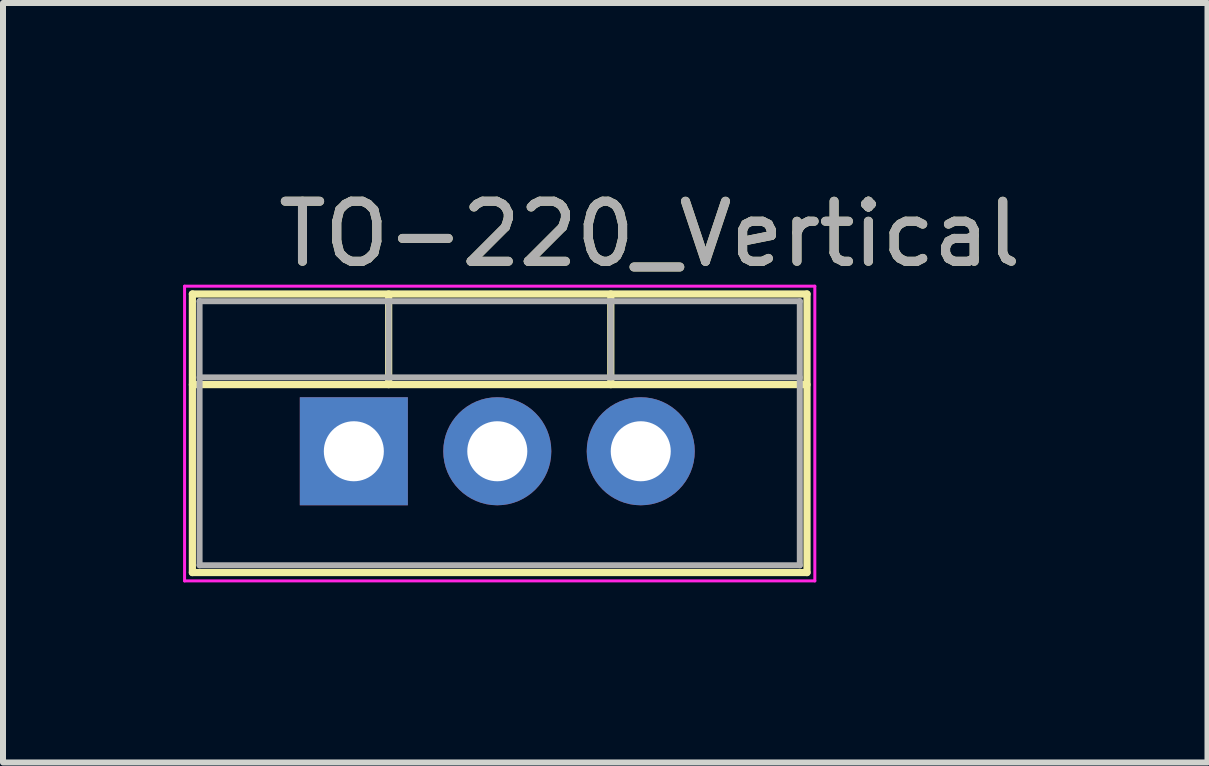
<source format=kicad_pcb>
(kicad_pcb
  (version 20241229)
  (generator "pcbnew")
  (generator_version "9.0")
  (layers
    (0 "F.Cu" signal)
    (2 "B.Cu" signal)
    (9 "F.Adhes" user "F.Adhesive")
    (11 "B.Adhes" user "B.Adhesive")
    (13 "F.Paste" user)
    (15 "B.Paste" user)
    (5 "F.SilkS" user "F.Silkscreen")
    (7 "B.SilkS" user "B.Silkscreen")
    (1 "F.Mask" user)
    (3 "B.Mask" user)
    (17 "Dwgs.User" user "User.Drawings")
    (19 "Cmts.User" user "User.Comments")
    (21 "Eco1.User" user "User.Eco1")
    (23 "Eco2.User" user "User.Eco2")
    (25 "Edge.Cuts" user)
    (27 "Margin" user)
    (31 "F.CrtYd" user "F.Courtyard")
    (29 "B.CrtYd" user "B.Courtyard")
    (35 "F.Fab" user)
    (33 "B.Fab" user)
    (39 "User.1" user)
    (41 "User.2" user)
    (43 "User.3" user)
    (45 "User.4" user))
  (footprint "TO-220_Vertical"
    (layer "F.Cu")
    (at 5.235 4.468)
    (property "Reference" "TO-220_Vertical" (at 2.54 -3.62 0) (layer "F.SilkS") (effects (font (size 1 1) (thickness 0.15))))
    (attr through_hole)
    (fp_line (start -5.08 -2.62) (end -5.08 2.021) (stroke (width 0.12) (type solid)) (layer "F.SilkS"))
    (fp_line (start -5.08 -2.62) (end 5.16 -2.62) (stroke (width 0.12) (type solid)) (layer "F.SilkS"))
    (fp_line (start -5.08 -1.11) (end 5.16 -1.11) (stroke (width 0.12) (type solid)) (layer "F.SilkS"))
    (fp_line (start -5.08 2.021) (end 5.16 2.021) (stroke (width 0.12) (type solid)) (layer "F.SilkS"))
    (fp_line (start -1.81 -2.62) (end -1.81 -1.11) (stroke (width 0.12) (type solid)) (layer "F.SilkS"))
    (fp_line (start 1.891 -2.62) (end 1.891 -1.11) (stroke (width 0.12) (type solid)) (layer "F.SilkS"))
    (fp_line (start 5.16 -2.62) (end 5.16 2.021) (stroke (width 0.12) (type solid)) (layer "F.SilkS"))
    (fp_line (start -5.21 -2.75) (end -5.21 2.16) (stroke (width 0.05) (type solid)) (layer "F.CrtYd"))
    (fp_line (start -5.21 2.16) (end 5.29 2.16) (stroke (width 0.05) (type solid)) (layer "F.CrtYd"))
    (fp_line (start 5.29 -2.75) (end -5.21 -2.75) (stroke (width 0.05) (type solid)) (layer "F.CrtYd"))
    (fp_line (start 5.29 2.16) (end 5.29 -2.75) (stroke (width 0.05) (type solid)) (layer "F.CrtYd"))
    (fp_line (start -4.96 -2.5) (end -4.96 1.9) (stroke (width 0.1) (type solid)) (layer "F.Fab"))
    (fp_line (start -4.96 -1.23) (end 5.04 -1.23) (stroke (width 0.1) (type solid)) (layer "F.Fab"))
    (fp_line (start -4.96 1.9) (end 5.04 1.9) (stroke (width 0.1) (type solid)) (layer "F.Fab"))
    (fp_line (start -1.81 -2.5) (end -1.81 -1.23) (stroke (width 0.1) (type solid)) (layer "F.Fab"))
    (fp_line (start 1.89 -2.5) (end 1.89 -1.23) (stroke (width 0.1) (type solid)) (layer "F.Fab"))
    (fp_line (start 5.04 -2.5) (end -4.96 -2.5) (stroke (width 0.1) (type solid)) (layer "F.Fab"))
    (fp_line (start 5.04 1.9) (end 5.04 -2.5) (stroke (width 0.1) (type solid)) (layer "F.Fab"))
    (fp_text user "${REFERENCE}" (at 2.54 -3.62 0) (layer "F.Fab") (effects (font (size 1 1) (thickness 0.15))))
    (pad "1" thru_hole rect (at -2.39 0) (size 1.8 1.8) (drill 1) (layers "*.Cu" "*.Mask"))
    (pad "2" thru_hole oval (at 0 0) (size 1.8 1.8) (drill 1) (layers "*.Cu" "*.Mask"))
    (pad "3" thru_hole oval (at 2.39 0) (size 1.8 1.8) (drill 1) (layers "*.Cu" "*.Mask")))
  (gr_rect
    (start -3 -3)
    (end 17.067 9.653)
    (stroke (width 0.1) (type default))
    (fill no)
    (layer "Edge.Cuts")))
</source>
